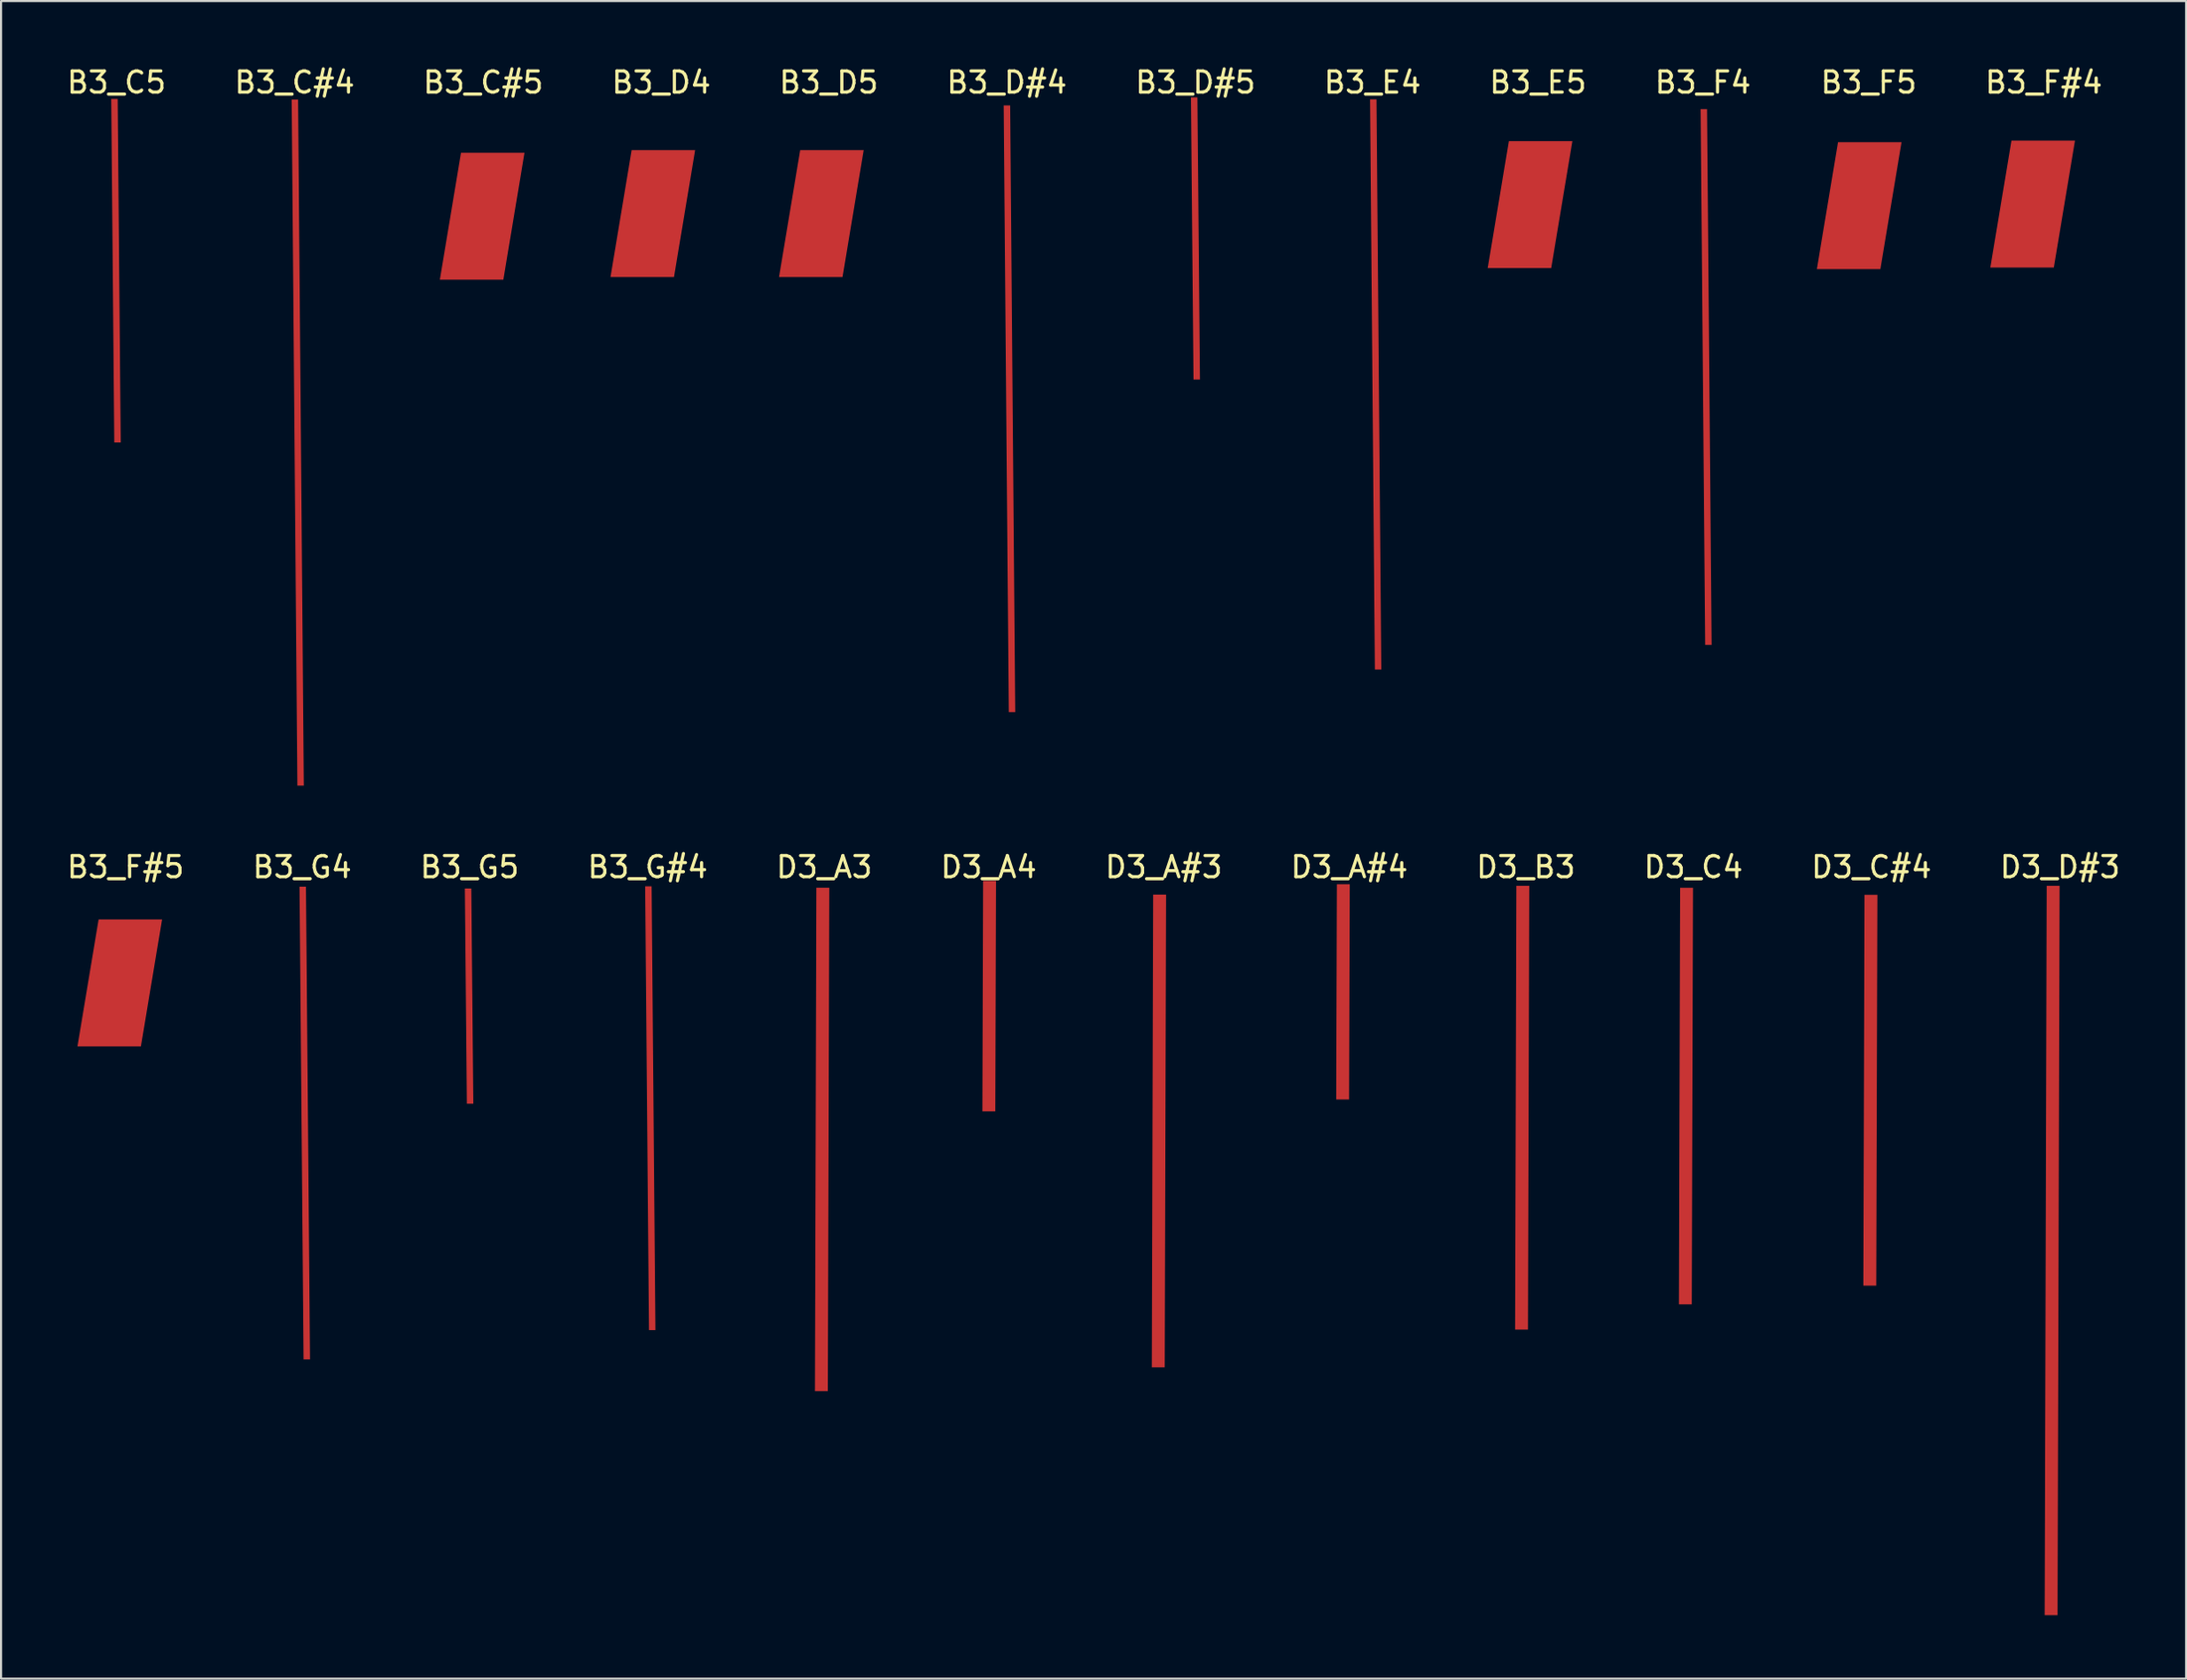
<source format=kicad_pcb>
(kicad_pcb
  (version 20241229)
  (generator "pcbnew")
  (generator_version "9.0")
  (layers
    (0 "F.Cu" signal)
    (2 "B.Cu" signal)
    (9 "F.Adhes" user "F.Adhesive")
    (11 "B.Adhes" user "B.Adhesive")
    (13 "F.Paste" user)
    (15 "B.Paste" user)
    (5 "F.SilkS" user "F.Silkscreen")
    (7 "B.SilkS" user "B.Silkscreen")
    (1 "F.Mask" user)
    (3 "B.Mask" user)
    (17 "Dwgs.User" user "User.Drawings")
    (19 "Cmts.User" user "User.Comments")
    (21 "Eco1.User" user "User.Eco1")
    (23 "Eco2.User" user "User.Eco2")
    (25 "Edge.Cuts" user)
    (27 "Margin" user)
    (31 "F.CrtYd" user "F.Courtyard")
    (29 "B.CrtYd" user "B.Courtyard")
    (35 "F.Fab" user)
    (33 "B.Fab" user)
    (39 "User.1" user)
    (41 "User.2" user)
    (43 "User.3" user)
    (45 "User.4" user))
  (footprint "D3_C4"
    (layer "F.Cu")
    (at 76.994 37.439)
    (property "Reference" "D3_C4" (at 0 0.5 0) (layer "F.SilkS") (effects (font (size 1 1) (thickness 0.15))))
    (attr through_hole)
    (pad "1" connect custom (at -0.35 11.325) (size 0.1 0.1) (layers "F.Cu" "F.Mask") (options (anchor rect)) (primitives (gr_poly (pts (xy -0.276 -9.846) (xy -0.333 9.846) (xy 0.276 9.846) (xy 0.333 -9.846)) (width 0) (fill yes)))))
  (footprint "B3_D#5"
    (layer "F.Cu")
    (at 53.458 0.348)
    (property "Reference" "B3_D#5" (at 0 0.5 0) (layer "F.SilkS") (effects (font (size 1 1) (thickness 0.15))))
    (attr through_hole)
    (pad "1" connect custom (at 0 7.875) (size 0.1 0.1) (layers "F.Cu" "F.Mask") (options (anchor rect)) (primitives (gr_poly (pts (xy -0.213 -6.669) (xy -0.092 6.669) (xy 0.213 6.669) (xy 0.092 -6.669)) (width 0) (fill yes)))))
  (footprint "D3_D#3"
    (layer "F.Cu")
    (at 94.327 37.439)
    (property "Reference" "D3_D#3" (at 0 0.5 0) (layer "F.SilkS") (effects (font (size 1 1) (thickness 0.15))))
    (attr through_hole)
    (pad "1" connect custom (at -0.375 18.625) (size 0.1 0.1) (layers "F.Cu" "F.Mask") (options (anchor rect)) (primitives (gr_poly (pts (xy -0.257 -17.241) (xy -0.353 17.241) (xy 0.257 17.241) (xy 0.353 -17.241)) (width 0) (fill yes)))))
  (footprint "B3_G4"
    (layer "F.Cu")
    (at 11.232 37.439)
    (property "Reference" "B3_G4" (at 0 0.5 0) (layer "F.SilkS") (effects (font (size 1 1) (thickness 0.15))))
    (attr through_hole)
    (pad "1" connect custom (at 0.125 12.6) (size 0.1 0.1) (layers "F.Cu" "F.Mask") (options (anchor rect)) (primitives (gr_poly (pts (xy -0.248 -11.174) (xy -0.057 11.174) (xy 0.248 11.174) (xy 0.057 -11.174)) (width 0) (fill yes)))))
  (footprint "D3_C#4"
    (layer "F.Cu")
    (at 85.411 37.439)
    (property "Reference" "D3_C#4" (at 0 0.5 0) (layer "F.SilkS") (effects (font (size 1 1) (thickness 0.15))))
    (attr through_hole)
    (pad "1" connect custom (at -0.05 11.05) (size 0.1 0.1) (layers "F.Cu" "F.Mask") (options (anchor rect)) (primitives (gr_poly (pts (xy -0.278 -9.237) (xy -0.332 9.237) (xy 0.278 9.237) (xy 0.332 -9.237)) (width 0) (fill yes)))))
  (footprint "B3_C#4"
    (layer "F.Cu")
    (at 10.875 0.348)
    (property "Reference" "B3_C#4" (at 0 0.5 0) (layer "F.SilkS") (effects (font (size 1 1) (thickness 0.15))))
    (attr through_hole)
    (pad "1" connect custom (at 0.15 17.525) (size 0.1 0.1) (layers "F.Cu" "F.Mask") (options (anchor rect)) (primitives (gr_poly (pts (xy -0.287 -16.217) (xy -0.017 16.217) (xy 0.287 16.217) (xy 0.017 -16.217)) (width 0) (fill yes)))))
  (footprint "D3_B3"
    (layer "F.Cu")
    (at 69.077 37.439)
    (property "Reference" "D3_B3" (at 0 0.5 0) (layer "F.SilkS") (effects (font (size 1 1) (thickness 0.15))))
    (attr through_hole)
    (pad "1" connect custom (at -0.175 11.875) (size 0.1 0.1) (layers "F.Cu" "F.Mask") (options (anchor rect)) (primitives (gr_poly (pts (xy -0.275 -10.491) (xy -0.335 10.491) (xy 0.275 10.491) (xy 0.335 -10.491)) (width 0) (fill yes)))))
  (footprint "B3_G5"
    (layer "F.Cu")
    (at 19.149 37.439)
    (property "Reference" "B3_G5" (at 0 0.5 0) (layer "F.SilkS") (effects (font (size 1 1) (thickness 0.15))))
    (attr through_hole)
    (pad "1" connect custom (at -0.025 6.6) (size 0.1 0.1) (layers "F.Cu" "F.Mask") (options (anchor rect)) (primitives (gr_poly (pts (xy -0.2 -5.087) (xy -0.105 5.087) (xy 0.2 5.087) (xy 0.105 -5.087)) (width 0) (fill yes)))))
  (footprint "B3_F#5"
    (layer "F.Cu")
    (at 2.887 37.439)
    (property "Reference" "B3_F#5" (at 0 0.5 0) (layer "F.SilkS") (effects (font (size 1 1) (thickness 0.15))))
    (attr through_hole)
    (pad "1" connect custom (at -0.275 5.975) (size 0.1 0.1) (layers "F.Cu" "F.Mask") (options (anchor rect)) (primitives (gr_poly (pts (xy -1 -3) (xy -2 3) (xy 1 3) (xy 2 -3)) (width 0) (fill yes)))))
  (footprint "B3_D4"
    (layer "F.Cu")
    (at 28.208 0.348)
    (property "Reference" "B3_D4" (at 0 0.5 0) (layer "F.SilkS") (effects (font (size 1 1) (thickness 0.15))))
    (attr through_hole)
    (pad "1" connect custom (at -0.4 6.7) (size 0.1 0.1) (layers "F.Cu" "F.Mask") (options (anchor rect)) (primitives (gr_poly (pts (xy -1 -3) (xy -2 3) (xy 1 3) (xy 2 -3)) (width 0) (fill yes)))))
  (footprint "B3_F#4"
    (layer "F.Cu")
    (at 93.557 0.348)
    (property "Reference" "B3_F#4" (at 0 0.5 0) (layer "F.SilkS") (effects (font (size 1 1) (thickness 0.15))))
    (attr through_hole)
    (pad "1" connect custom (at -0.525 6.25) (size 0.1 0.1) (layers "F.Cu" "F.Mask") (options (anchor rect)) (primitives (gr_poly (pts (xy -1 -3) (xy -2 3) (xy 1 3) (xy 2 -3)) (width 0) (fill yes)))))
  (footprint "D3_A3"
    (layer "F.Cu")
    (at 35.911 37.439)
    (property "Reference" "D3_A3" (at 0 0.5 0) (layer "F.SilkS") (effects (font (size 1 1) (thickness 0.15))))
    (attr through_hole)
    (pad "1" connect custom (at -0.1 13.375) (size 0.1 0.1) (layers "F.Cu" "F.Mask") (options (anchor rect)) (primitives (gr_poly (pts (xy -0.271 -11.898) (xy -0.339 11.898) (xy 0.271 11.898) (xy 0.339 -11.898)) (width 0) (fill yes)))))
  (footprint "B3_C5"
    (layer "F.Cu")
    (at 2.458 0.348)
    (property "Reference" "B3_C5" (at 0 0.5 0) (layer "F.SilkS") (effects (font (size 1 1) (thickness 0.15))))
    (attr through_hole)
    (pad "1" connect custom (at -0.025 9.4) (size 0.1 0.1) (layers "F.Cu" "F.Mask") (options (anchor rect)) (primitives (gr_poly (pts (xy -0.224 -8.12) (xy -0.081 8.12) (xy 0.224 8.12) (xy 0.081 -8.12)) (width 0) (fill yes)))))
  (footprint "B3_G#4"
    (layer "F.Cu")
    (at 27.565 37.439)
    (property "Reference" "B3_G#4" (at 0 0.5 0) (layer "F.SilkS") (effects (font (size 1 1) (thickness 0.15))))
    (attr through_hole)
    (pad "1" connect custom (at 0.125 11.9) (size 0.1 0.1) (layers "F.Cu" "F.Mask") (options (anchor rect)) (primitives (gr_poly (pts (xy -0.243 -10.491) (xy -0.062 10.491) (xy 0.243 10.491) (xy 0.062 -10.491)) (width 0) (fill yes)))))
  (footprint "B3_E4"
    (layer "F.Cu")
    (at 61.827 0.348)
    (property "Reference" "B3_E4" (at 0 0.5 0) (layer "F.SilkS") (effects (font (size 1 1) (thickness 0.15))))
    (attr through_hole)
    (pad "1" connect custom (at 0.15 14.775) (size 0.1 0.1) (layers "F.Cu" "F.Mask") (options (anchor rect)) (primitives (gr_poly (pts (xy -0.266 -13.478) (xy -0.039 13.478) (xy 0.266 13.478) (xy 0.039 -13.478)) (width 0) (fill yes)))))
  (footprint "B3_E5"
    (layer "F.Cu")
    (at 69.649 0.348)
    (property "Reference" "B3_E5" (at 0 0.5 0) (layer "F.SilkS") (effects (font (size 1 1) (thickness 0.15))))
    (attr through_hole)
    (pad "1" connect custom (at -0.375 6.275) (size 0.1 0.1) (layers "F.Cu" "F.Mask") (options (anchor rect)) (primitives (gr_poly (pts (xy -1 -3) (xy -2 3) (xy 1 3) (xy 2 -3)) (width 0) (fill yes)))))
  (footprint "D3_A#4"
    (layer "F.Cu")
    (at 60.732 37.439)
    (property "Reference" "D3_A#4" (at 0 0.5 0) (layer "F.SilkS") (effects (font (size 1 1) (thickness 0.15))))
    (attr through_hole)
    (pad "1" connect custom (at -0.3 6.4) (size 0.1 0.1) (layers "F.Cu" "F.Mask") (options (anchor rect)) (primitives (gr_poly (pts (xy -0.289 -5.087) (xy -0.321 5.087) (xy 0.289 5.087) (xy 0.321 -5.087)) (width 0) (fill yes)))))
  (footprint "B3_F5"
    (layer "F.Cu")
    (at 85.283 0.348)
    (property "Reference" "B3_F5" (at 0 0.5 0) (layer "F.SilkS") (effects (font (size 1 1) (thickness 0.15))))
    (attr through_hole)
    (pad "1" connect custom (at -0.45 6.325) (size 0.1 0.1) (layers "F.Cu" "F.Mask") (options (anchor rect)) (primitives (gr_poly (pts (xy -1 -3) (xy -2 3) (xy 1 3) (xy 2 -3)) (width 0) (fill yes)))))
  (footprint "D3_A4"
    (layer "F.Cu")
    (at 43.685 37.439)
    (property "Reference" "D3_A4" (at 0 0.5 0) (layer "F.SilkS") (effects (font (size 1 1) (thickness 0.15))))
    (attr through_hole)
    (pad "1" connect custom (at 0.025 6.6) (size 0.1 0.1) (layers "F.Cu" "F.Mask") (options (anchor rect)) (primitives (gr_poly (pts (xy -0.288 -5.449) (xy -0.322 5.449) (xy 0.288 5.449) (xy 0.322 -5.449)) (width 0) (fill yes)))))
  (footprint "B3_F4"
    (layer "F.Cu")
    (at 77.446 0.348)
    (property "Reference" "B3_F4" (at 0 0.5 0) (layer "F.SilkS") (effects (font (size 1 1) (thickness 0.15))))
    (attr through_hole)
    (pad "1" connect custom (at 0.15 14.425) (size 0.1 0.1) (layers "F.Cu" "F.Mask") (options (anchor rect)) (primitives (gr_poly (pts (xy -0.26 -12.665) (xy -0.045 12.665) (xy 0.26 12.665) (xy 0.045 -12.665)) (width 0) (fill yes)))))
  (footprint "D3_A#3"
    (layer "F.Cu")
    (at 51.958 37.439)
    (property "Reference" "D3_A#3" (at 0 0.5 0) (layer "F.SilkS") (effects (font (size 1 1) (thickness 0.15))))
    (attr through_hole)
    (pad "1" connect custom (at -0.225 12.975) (size 0.1 0.1) (layers "F.Cu" "F.Mask") (options (anchor rect)) (primitives (gr_poly (pts (xy -0.273 -11.174) (xy -0.337 11.174) (xy 0.273 11.174) (xy 0.337 -11.174)) (width 0) (fill yes)))))
  (footprint "B3_D5"
    (layer "F.Cu")
    (at 36.125 0.348)
    (property "Reference" "B3_D5" (at 0 0.5 0) (layer "F.SilkS") (effects (font (size 1 1) (thickness 0.15))))
    (attr through_hole)
    (pad "1" connect custom (at -0.35 6.7) (size 0.1 0.1) (layers "F.Cu" "F.Mask") (options (anchor rect)) (primitives (gr_poly (pts (xy -1 -3) (xy -2 3) (xy 1 3) (xy 2 -3)) (width 0) (fill yes)))))
  (footprint "B3_C#5"
    (layer "F.Cu")
    (at 19.792 0.348)
    (property "Reference" "B3_C#5" (at 0 0.5 0) (layer "F.SilkS") (effects (font (size 1 1) (thickness 0.15))))
    (attr through_hole)
    (pad "1" connect custom (at -0.05 6.825) (size 0.1 0.1) (layers "F.Cu" "F.Mask") (options (anchor rect)) (primitives (gr_poly (pts (xy -1 -3) (xy -2 3) (xy 1 3) (xy 2 -3)) (width 0) (fill yes)))))
  (footprint "B3_D#4"
    (layer "F.Cu")
    (at 44.542 0.348)
    (property "Reference" "B3_D#4" (at 0 0.5 0) (layer "F.SilkS") (effects (font (size 1 1) (thickness 0.15))))
    (attr through_hole)
    (pad "1" connect custom (at 0.125 15.925) (size 0.1 0.1) (layers "F.Cu" "F.Mask") (options (anchor rect)) (primitives (gr_poly (pts (xy -0.273 -14.339) (xy -0.032 14.339) (xy 0.273 14.339) (xy 0.032 -14.339)) (width 0) (fill yes)))))
  (gr_rect
    (start -3 -3)
    (end 100.286 76.305)
    (stroke (width 0.1) (type default))
    (fill no)
    (layer "Edge.Cuts")))
</source>
